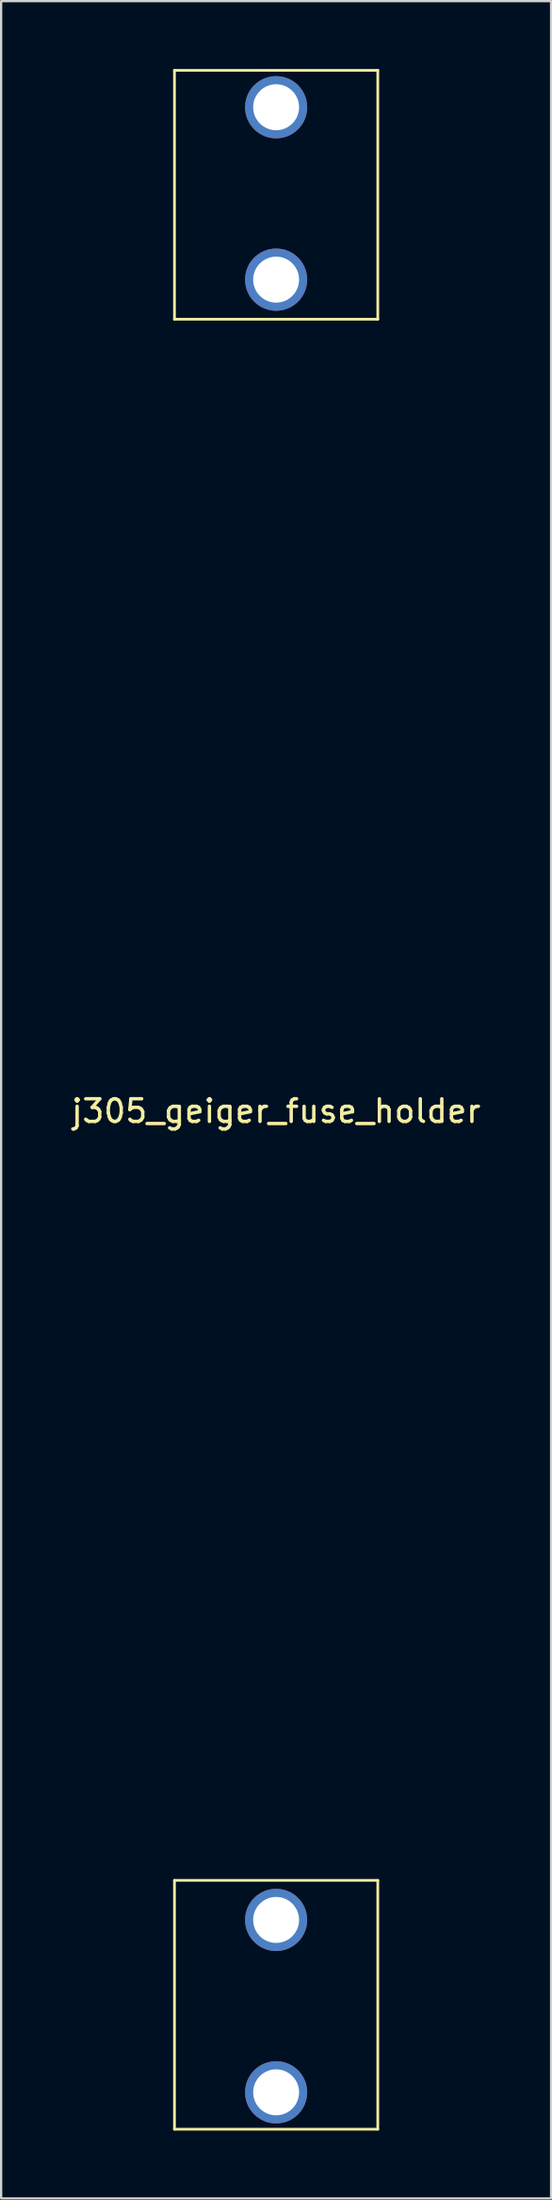
<source format=kicad_pcb>
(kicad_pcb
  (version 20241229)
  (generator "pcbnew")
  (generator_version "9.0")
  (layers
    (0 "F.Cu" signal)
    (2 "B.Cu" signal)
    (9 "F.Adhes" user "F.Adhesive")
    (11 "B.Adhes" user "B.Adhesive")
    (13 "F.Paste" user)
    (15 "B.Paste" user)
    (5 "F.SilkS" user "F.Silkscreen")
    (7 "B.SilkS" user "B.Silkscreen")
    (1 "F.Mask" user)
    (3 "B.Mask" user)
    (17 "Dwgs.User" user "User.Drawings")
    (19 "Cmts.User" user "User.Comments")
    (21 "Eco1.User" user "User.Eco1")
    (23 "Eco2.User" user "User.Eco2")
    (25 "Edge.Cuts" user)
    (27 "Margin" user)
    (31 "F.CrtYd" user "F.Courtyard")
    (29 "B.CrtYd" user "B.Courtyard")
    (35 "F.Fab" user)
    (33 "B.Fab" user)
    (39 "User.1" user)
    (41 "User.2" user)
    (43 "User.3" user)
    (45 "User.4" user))
  (footprint "j305_geiger_fuse_holder"
    (layer "F.Cu")
    (at 9.173 45.56)
    (property "Reference" "j305_geiger_fuse_holder" (at 0 0.5 0) (layer "F.SilkS") (effects (font (size 1 1) (thickness 0.15))))
    (attr through_hole)
    (fp_line (start -4.5 -45.5) (end 4.5 -45.5) (stroke (width 0.12) (type solid)) (layer "F.SilkS"))
    (fp_line (start -4.5 -34.5) (end -4.5 -45.5) (stroke (width 0.12) (type solid)) (layer "F.SilkS"))
    (fp_line (start -4.5 34.5) (end 4.5 34.5) (stroke (width 0.12) (type solid)) (layer "F.SilkS"))
    (fp_line (start -4.5 45.5) (end -4.5 34.5) (stroke (width 0.12) (type solid)) (layer "F.SilkS"))
    (fp_line (start 4.5 -45.5) (end 4.5 -34.5) (stroke (width 0.12) (type solid)) (layer "F.SilkS"))
    (fp_line (start 4.5 -34.5) (end -4.5 -34.5) (stroke (width 0.12) (type solid)) (layer "F.SilkS"))
    (fp_line (start 4.5 45.5) (end -4.5 45.5) (stroke (width 0.12) (type solid)) (layer "F.SilkS"))
    (fp_line (start 4.5 45.5) (end 4.5 34.5) (stroke (width 0.12) (type solid)) (layer "F.SilkS"))
    (pad "1" thru_hole circle (at 0 36.25 90) (size 2.75 2.75) (drill 2.032) (layers "*.Cu" "*.Mask"))
    (pad "1" thru_hole circle (at 0 43.87) (size 2.75 2.75) (drill 2.032) (layers "*.Cu" "*.Mask"))
    (pad "2" thru_hole circle (at 0 -43.87 90) (size 2.75 2.75) (drill 2.032) (layers "*.Cu" "*.Mask"))
    (pad "2" thru_hole circle (at 0 -36.25) (size 2.75 2.75) (drill 2.032) (layers "*.Cu" "*.Mask")))
  (gr_rect
    (start -3 -3)
    (end 21.345 94.12)
    (stroke (width 0.1) (type default))
    (fill no)
    (layer "Edge.Cuts")))
</source>
